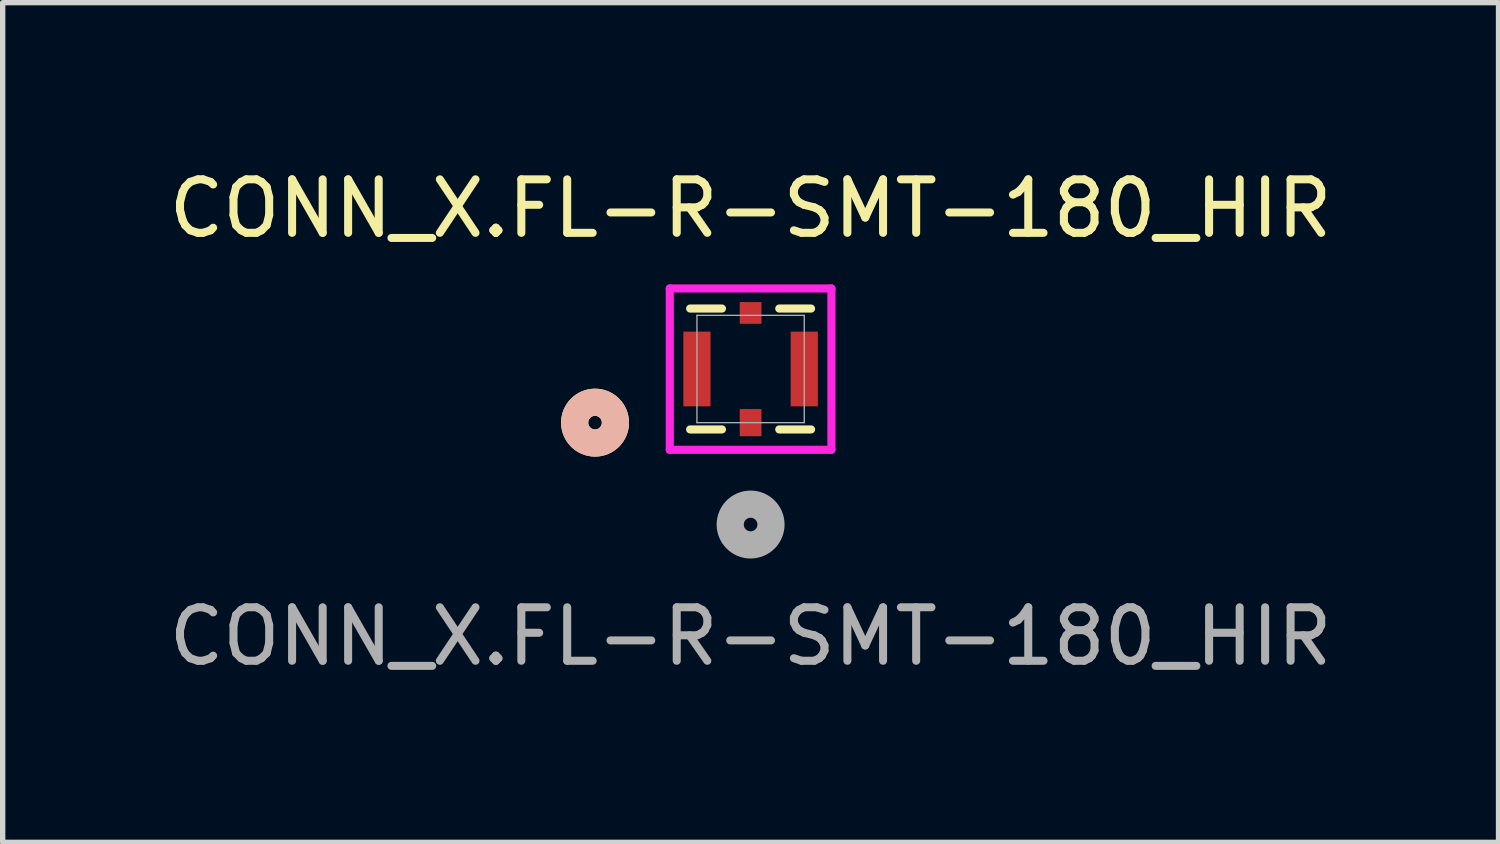
<source format=kicad_pcb>
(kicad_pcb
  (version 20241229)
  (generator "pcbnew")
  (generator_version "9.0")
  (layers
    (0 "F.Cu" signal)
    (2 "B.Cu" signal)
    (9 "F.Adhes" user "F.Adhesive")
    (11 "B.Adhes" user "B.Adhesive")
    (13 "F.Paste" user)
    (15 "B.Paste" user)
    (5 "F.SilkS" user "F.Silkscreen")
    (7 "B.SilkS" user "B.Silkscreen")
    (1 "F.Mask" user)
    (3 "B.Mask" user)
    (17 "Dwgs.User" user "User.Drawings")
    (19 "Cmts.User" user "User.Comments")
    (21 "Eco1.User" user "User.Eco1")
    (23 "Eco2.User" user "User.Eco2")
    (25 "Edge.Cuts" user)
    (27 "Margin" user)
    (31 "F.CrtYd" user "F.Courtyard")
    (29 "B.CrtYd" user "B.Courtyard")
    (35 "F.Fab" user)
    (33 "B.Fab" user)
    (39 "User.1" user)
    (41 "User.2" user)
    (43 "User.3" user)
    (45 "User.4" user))
  (footprint "CONN_X.FL-R-SMT-180_HIR"
    (layer "F.Cu")
    (at 10.982 3.848)
    (property "Reference" "CONN_X.FL-R-SMT-180_HIR" (at 0 -3 0) (unlocked yes) (layer "F.SilkS") (effects (font (size 1 1) (thickness 0.15))))
    (attr smd)
    (fp_line (start -1.13 1.13) (end -0.536 1.13) (stroke (width 0.152) (type solid)) (layer "F.SilkS"))
    (fp_line (start -0.536 -1.13) (end -1.13 -1.13) (stroke (width 0.152) (type solid)) (layer "F.SilkS"))
    (fp_line (start 0.536 1.13) (end 1.13 1.13) (stroke (width 0.152) (type solid)) (layer "F.SilkS"))
    (fp_line (start 1.13 -1.13) (end 0.536 -1.13) (stroke (width 0.152) (type solid)) (layer "F.SilkS"))
    (fp_circle (center -2.908 1.003) (end -2.527 1.003) (stroke (width 0.508) (type solid)) (fill no) (layer "F.SilkS"))
    (fp_circle (center -2.908 1.003) (end -2.527 1.003) (stroke (width 0.508) (type solid)) (fill no) (layer "B.SilkS"))
    (fp_line (start -1.511 -1.505) (end -1.511 1.511) (stroke (width 0.152) (type solid)) (layer "F.CrtYd"))
    (fp_line (start -1.511 1.511) (end 1.511 1.511) (stroke (width 0.152) (type solid)) (layer "F.CrtYd"))
    (fp_line (start 1.511 -1.505) (end -1.511 -1.505) (stroke (width 0.152) (type solid)) (layer "F.CrtYd"))
    (fp_line (start 1.511 1.511) (end 1.511 -1.505) (stroke (width 0.152) (type solid)) (layer "F.CrtYd"))
    (fp_line (start -1.003 -1.003) (end -1.003 1.003) (stroke (width 0.025) (type solid)) (layer "F.Fab"))
    (fp_line (start -1.003 1.003) (end 1.003 1.003) (stroke (width 0.025) (type solid)) (layer "F.Fab"))
    (fp_line (start 1.003 -1.003) (end -1.003 -1.003) (stroke (width 0.025) (type solid)) (layer "F.Fab"))
    (fp_line (start 1.003 1.003) (end 1.003 -1.003) (stroke (width 0.025) (type solid)) (layer "F.Fab"))
    (fp_circle (center 0 2.908) (end 0.381 2.908) (stroke (width 0.508) (type solid)) (fill no) (layer "F.Fab"))
    (fp_text user "${REFERENCE}" (at 0 5 0) (unlocked yes) (layer "F.Fab") (effects (font (size 1 1) (thickness 0.15))))
    (pad "1" smd rect (at 0 1.003) (size 0.406 0.508) (layers "F.Cu" "F.Mask" "F.Paste"))
    (pad "2" smd rect (at -1.003 0) (size 0.508 1.397) (layers "F.Cu" "F.Mask" "F.Paste"))
    (pad "3" smd rect (at 1.003 0) (size 0.508 1.397) (layers "F.Cu" "F.Mask" "F.Paste"))
    (pad "4" smd rect (at 0 -1.048) (size 0.406 0.406) (layers "F.Cu" "F.Mask" "F.Paste")))
  (gr_rect
    (start -3 -3)
    (end 24.964 12.697)
    (stroke (width 0.1) (type default))
    (fill no)
    (layer "Edge.Cuts")))
</source>
